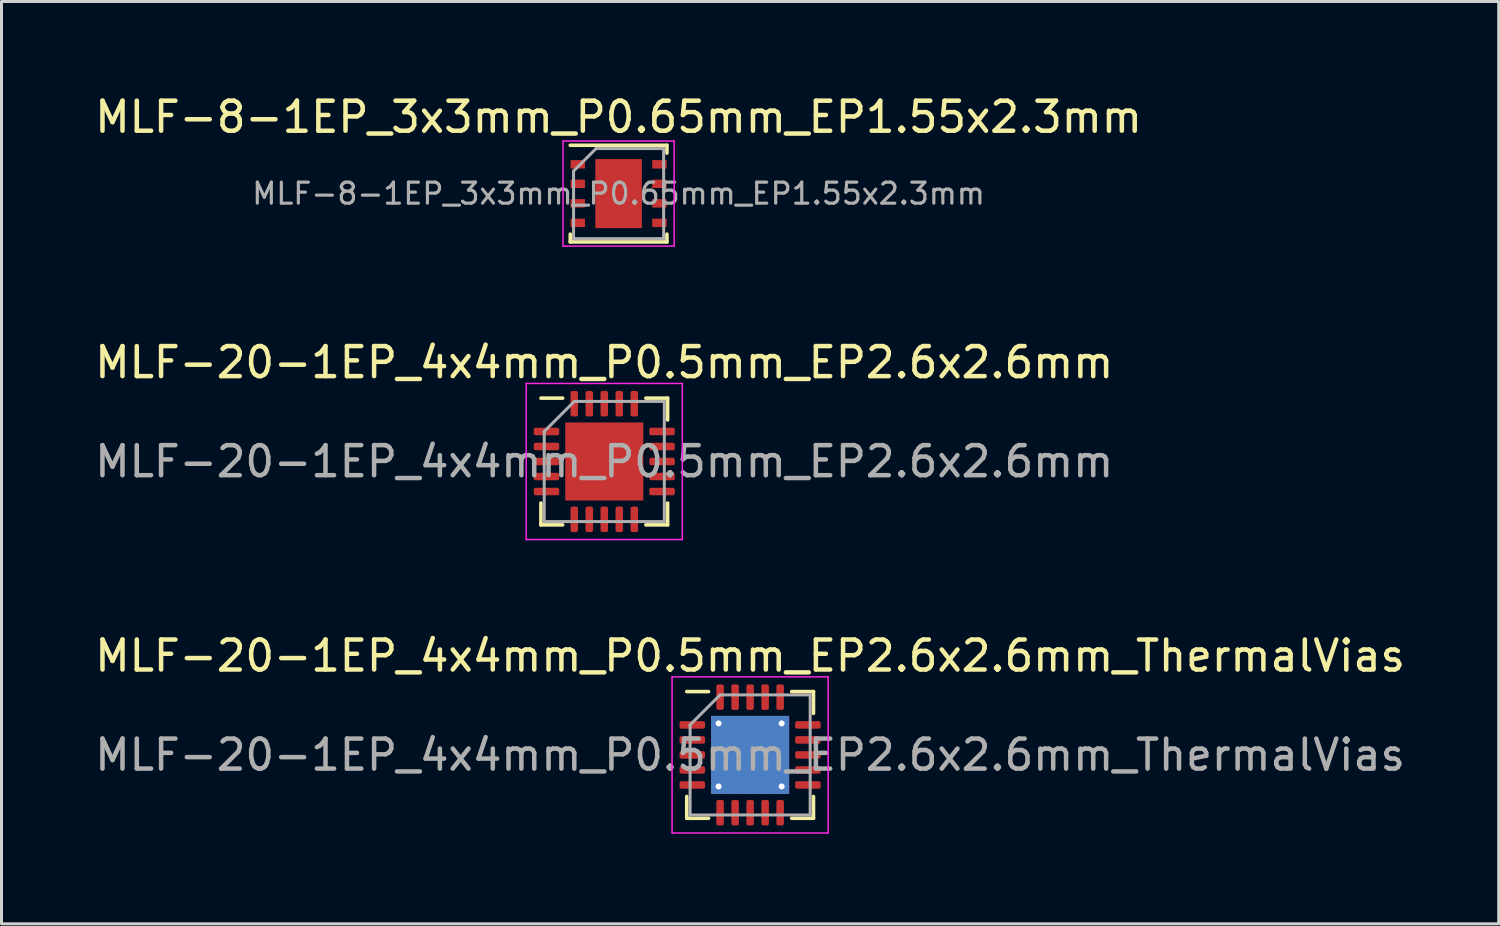
<source format=kicad_pcb>
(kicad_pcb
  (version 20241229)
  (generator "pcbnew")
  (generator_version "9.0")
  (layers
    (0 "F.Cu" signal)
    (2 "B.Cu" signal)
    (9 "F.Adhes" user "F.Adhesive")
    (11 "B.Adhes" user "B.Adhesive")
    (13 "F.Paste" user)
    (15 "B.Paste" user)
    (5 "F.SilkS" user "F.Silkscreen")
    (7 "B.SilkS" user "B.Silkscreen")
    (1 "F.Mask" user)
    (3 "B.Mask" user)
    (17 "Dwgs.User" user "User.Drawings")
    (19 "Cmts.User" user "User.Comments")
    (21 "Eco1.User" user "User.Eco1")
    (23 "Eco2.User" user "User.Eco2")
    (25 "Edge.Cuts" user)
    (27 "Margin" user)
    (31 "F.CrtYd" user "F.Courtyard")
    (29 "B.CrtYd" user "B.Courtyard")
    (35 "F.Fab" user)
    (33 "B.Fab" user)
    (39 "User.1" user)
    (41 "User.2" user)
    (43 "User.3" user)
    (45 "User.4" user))
  (footprint "MLF-20-1EP_4x4mm_P0.5mm_EP2.6x2.6mm"
    (layer "F.Cu")
    (at 17.077 12.322)
    (property "Reference" "MLF-20-1EP_4x4mm_P0.5mm_EP2.6x2.6mm" (at 0 -3.3 0) (layer "F.SilkS") (effects (font (size 1 1) (thickness 0.15))))
    (attr smd)
    (fp_line (start -2.11 2.11) (end -2.11 1.385) (stroke (width 0.12) (type solid)) (layer "F.SilkS"))
    (fp_line (start -1.385 -2.11) (end -2.11 -2.11) (stroke (width 0.12) (type solid)) (layer "F.SilkS"))
    (fp_line (start -1.385 2.11) (end -2.11 2.11) (stroke (width 0.12) (type solid)) (layer "F.SilkS"))
    (fp_line (start 1.385 -2.11) (end 2.11 -2.11) (stroke (width 0.12) (type solid)) (layer "F.SilkS"))
    (fp_line (start 1.385 2.11) (end 2.11 2.11) (stroke (width 0.12) (type solid)) (layer "F.SilkS"))
    (fp_line (start 2.11 -2.11) (end 2.11 -1.385) (stroke (width 0.12) (type solid)) (layer "F.SilkS"))
    (fp_line (start 2.11 2.11) (end 2.11 1.385) (stroke (width 0.12) (type solid)) (layer "F.SilkS"))
    (fp_line (start -2.6 -2.6) (end -2.6 2.6) (stroke (width 0.05) (type solid)) (layer "F.CrtYd"))
    (fp_line (start -2.6 2.6) (end 2.6 2.6) (stroke (width 0.05) (type solid)) (layer "F.CrtYd"))
    (fp_line (start 2.6 -2.6) (end -2.6 -2.6) (stroke (width 0.05) (type solid)) (layer "F.CrtYd"))
    (fp_line (start 2.6 2.6) (end 2.6 -2.6) (stroke (width 0.05) (type solid)) (layer "F.CrtYd"))
    (fp_line (start -2 -1) (end -1 -2) (stroke (width 0.1) (type solid)) (layer "F.Fab"))
    (fp_line (start -2 2) (end -2 -1) (stroke (width 0.1) (type solid)) (layer "F.Fab"))
    (fp_line (start -1 -2) (end 2 -2) (stroke (width 0.1) (type solid)) (layer "F.Fab"))
    (fp_line (start 2 -2) (end 2 2) (stroke (width 0.1) (type solid)) (layer "F.Fab"))
    (fp_line (start 2 2) (end -2 2) (stroke (width 0.1) (type solid)) (layer "F.Fab"))
    (fp_text user "${REFERENCE}" (at 0 0 0) (layer "F.Fab") (effects (font (size 1 1) (thickness 0.15))))
    (pad "" smd roundrect (at -0.65 -0.65) (size 1.05 1.05) (layers "F.Paste") (roundrect_rratio 0.238))
    (pad "" smd roundrect (at -0.65 0.65) (size 1.05 1.05) (layers "F.Paste") (roundrect_rratio 0.238))
    (pad "" smd roundrect (at 0.65 -0.65) (size 1.05 1.05) (layers "F.Paste") (roundrect_rratio 0.238))
    (pad "" smd roundrect (at 0.65 0.65) (size 1.05 1.05) (layers "F.Paste") (roundrect_rratio 0.238))
    (pad "1" smd roundrect (at -1.925 -1) (size 0.85 0.25) (layers "F.Cu" "F.Mask" "F.Paste") (roundrect_rratio 0.25))
    (pad "2" smd roundrect (at -1.925 -0.5) (size 0.85 0.25) (layers "F.Cu" "F.Mask" "F.Paste") (roundrect_rratio 0.25))
    (pad "3" smd roundrect (at -1.925 0) (size 0.85 0.25) (layers "F.Cu" "F.Mask" "F.Paste") (roundrect_rratio 0.25))
    (pad "4" smd roundrect (at -1.925 0.5) (size 0.85 0.25) (layers "F.Cu" "F.Mask" "F.Paste") (roundrect_rratio 0.25))
    (pad "5" smd roundrect (at -1.925 1) (size 0.85 0.25) (layers "F.Cu" "F.Mask" "F.Paste") (roundrect_rratio 0.25))
    (pad "6" smd roundrect (at -1 1.925) (size 0.25 0.85) (layers "F.Cu" "F.Mask" "F.Paste") (roundrect_rratio 0.25))
    (pad "7" smd roundrect (at -0.5 1.925) (size 0.25 0.85) (layers "F.Cu" "F.Mask" "F.Paste") (roundrect_rratio 0.25))
    (pad "8" smd roundrect (at 0 1.925) (size 0.25 0.85) (layers "F.Cu" "F.Mask" "F.Paste") (roundrect_rratio 0.25))
    (pad "9" smd roundrect (at 0.5 1.925) (size 0.25 0.85) (layers "F.Cu" "F.Mask" "F.Paste") (roundrect_rratio 0.25))
    (pad "10" smd roundrect (at 1 1.925) (size 0.25 0.85) (layers "F.Cu" "F.Mask" "F.Paste") (roundrect_rratio 0.25))
    (pad "11" smd roundrect (at 1.925 1) (size 0.85 0.25) (layers "F.Cu" "F.Mask" "F.Paste") (roundrect_rratio 0.25))
    (pad "12" smd roundrect (at 1.925 0.5) (size 0.85 0.25) (layers "F.Cu" "F.Mask" "F.Paste") (roundrect_rratio 0.25))
    (pad "13" smd roundrect (at 1.925 0) (size 0.85 0.25) (layers "F.Cu" "F.Mask" "F.Paste") (roundrect_rratio 0.25))
    (pad "14" smd roundrect (at 1.925 -0.5) (size 0.85 0.25) (layers "F.Cu" "F.Mask" "F.Paste") (roundrect_rratio 0.25))
    (pad "15" smd roundrect (at 1.925 -1) (size 0.85 0.25) (layers "F.Cu" "F.Mask" "F.Paste") (roundrect_rratio 0.25))
    (pad "16" smd roundrect (at 1 -1.925) (size 0.25 0.85) (layers "F.Cu" "F.Mask" "F.Paste") (roundrect_rratio 0.25))
    (pad "17" smd roundrect (at 0.5 -1.925) (size 0.25 0.85) (layers "F.Cu" "F.Mask" "F.Paste") (roundrect_rratio 0.25))
    (pad "18" smd roundrect (at 0 -1.925) (size 0.25 0.85) (layers "F.Cu" "F.Mask" "F.Paste") (roundrect_rratio 0.25))
    (pad "19" smd roundrect (at -0.5 -1.925) (size 0.25 0.85) (layers "F.Cu" "F.Mask" "F.Paste") (roundrect_rratio 0.25))
    (pad "20" smd roundrect (at -1 -1.925) (size 0.25 0.85) (layers "F.Cu" "F.Mask" "F.Paste") (roundrect_rratio 0.25))
    (pad "21" smd rect (at 0 0) (size 2.6 2.6) (layers "F.Cu" "F.Mask")))
  (footprint "MLF-20-1EP_4x4mm_P0.5mm_EP2.6x2.6mm_ThermalVias"
    (layer "F.Cu")
    (at 21.935 22.095)
    (property "Reference" "MLF-20-1EP_4x4mm_P0.5mm_EP2.6x2.6mm_ThermalVias" (at 0 -3.3 0) (layer "F.SilkS") (effects (font (size 1 1) (thickness 0.15))))
    (attr smd)
    (fp_line (start -2.11 2.11) (end -2.11 1.385) (stroke (width 0.12) (type solid)) (layer "F.SilkS"))
    (fp_line (start -1.385 -2.11) (end -2.11 -2.11) (stroke (width 0.12) (type solid)) (layer "F.SilkS"))
    (fp_line (start -1.385 2.11) (end -2.11 2.11) (stroke (width 0.12) (type solid)) (layer "F.SilkS"))
    (fp_line (start 1.385 -2.11) (end 2.11 -2.11) (stroke (width 0.12) (type solid)) (layer "F.SilkS"))
    (fp_line (start 1.385 2.11) (end 2.11 2.11) (stroke (width 0.12) (type solid)) (layer "F.SilkS"))
    (fp_line (start 2.11 -2.11) (end 2.11 -1.385) (stroke (width 0.12) (type solid)) (layer "F.SilkS"))
    (fp_line (start 2.11 2.11) (end 2.11 1.385) (stroke (width 0.12) (type solid)) (layer "F.SilkS"))
    (fp_line (start -2.6 -2.6) (end -2.6 2.6) (stroke (width 0.05) (type solid)) (layer "F.CrtYd"))
    (fp_line (start -2.6 2.6) (end 2.6 2.6) (stroke (width 0.05) (type solid)) (layer "F.CrtYd"))
    (fp_line (start 2.6 -2.6) (end -2.6 -2.6) (stroke (width 0.05) (type solid)) (layer "F.CrtYd"))
    (fp_line (start 2.6 2.6) (end 2.6 -2.6) (stroke (width 0.05) (type solid)) (layer "F.CrtYd"))
    (fp_line (start -2 -1) (end -1 -2) (stroke (width 0.1) (type solid)) (layer "F.Fab"))
    (fp_line (start -2 2) (end -2 -1) (stroke (width 0.1) (type solid)) (layer "F.Fab"))
    (fp_line (start -1 -2) (end 2 -2) (stroke (width 0.1) (type solid)) (layer "F.Fab"))
    (fp_line (start 2 -2) (end 2 2) (stroke (width 0.1) (type solid)) (layer "F.Fab"))
    (fp_line (start 2 2) (end -2 2) (stroke (width 0.1) (type solid)) (layer "F.Fab"))
    (fp_text user "${REFERENCE}" (at 0 0 0) (layer "F.Fab") (effects (font (size 1 1) (thickness 0.15))))
    (pad "" smd roundrect (at -0.65 -0.65) (size 1.13 1.13) (layers "F.Paste") (roundrect_rratio 0.221))
    (pad "" smd roundrect (at -0.65 0.65) (size 1.13 1.13) (layers "F.Paste") (roundrect_rratio 0.221))
    (pad "" smd roundrect (at 0.65 -0.65) (size 1.13 1.13) (layers "F.Paste") (roundrect_rratio 0.221))
    (pad "" smd roundrect (at 0.65 0.65) (size 1.13 1.13) (layers "F.Paste") (roundrect_rratio 0.221))
    (pad "1" smd roundrect (at -1.925 -1) (size 0.85 0.25) (layers "F.Cu" "F.Mask" "F.Paste") (roundrect_rratio 0.25))
    (pad "2" smd roundrect (at -1.925 -0.5) (size 0.85 0.25) (layers "F.Cu" "F.Mask" "F.Paste") (roundrect_rratio 0.25))
    (pad "3" smd roundrect (at -1.925 0) (size 0.85 0.25) (layers "F.Cu" "F.Mask" "F.Paste") (roundrect_rratio 0.25))
    (pad "4" smd roundrect (at -1.925 0.5) (size 0.85 0.25) (layers "F.Cu" "F.Mask" "F.Paste") (roundrect_rratio 0.25))
    (pad "5" smd roundrect (at -1.925 1) (size 0.85 0.25) (layers "F.Cu" "F.Mask" "F.Paste") (roundrect_rratio 0.25))
    (pad "6" smd roundrect (at -1 1.925) (size 0.25 0.85) (layers "F.Cu" "F.Mask" "F.Paste") (roundrect_rratio 0.25))
    (pad "7" smd roundrect (at -0.5 1.925) (size 0.25 0.85) (layers "F.Cu" "F.Mask" "F.Paste") (roundrect_rratio 0.25))
    (pad "8" smd roundrect (at 0 1.925) (size 0.25 0.85) (layers "F.Cu" "F.Mask" "F.Paste") (roundrect_rratio 0.25))
    (pad "9" smd roundrect (at 0.5 1.925) (size 0.25 0.85) (layers "F.Cu" "F.Mask" "F.Paste") (roundrect_rratio 0.25))
    (pad "10" smd roundrect (at 1 1.925) (size 0.25 0.85) (layers "F.Cu" "F.Mask" "F.Paste") (roundrect_rratio 0.25))
    (pad "11" smd roundrect (at 1.925 1) (size 0.85 0.25) (layers "F.Cu" "F.Mask" "F.Paste") (roundrect_rratio 0.25))
    (pad "12" smd roundrect (at 1.925 0.5) (size 0.85 0.25) (layers "F.Cu" "F.Mask" "F.Paste") (roundrect_rratio 0.25))
    (pad "13" smd roundrect (at 1.925 0) (size 0.85 0.25) (layers "F.Cu" "F.Mask" "F.Paste") (roundrect_rratio 0.25))
    (pad "14" smd roundrect (at 1.925 -0.5) (size 0.85 0.25) (layers "F.Cu" "F.Mask" "F.Paste") (roundrect_rratio 0.25))
    (pad "15" smd roundrect (at 1.925 -1) (size 0.85 0.25) (layers "F.Cu" "F.Mask" "F.Paste") (roundrect_rratio 0.25))
    (pad "16" smd roundrect (at 1 -1.925) (size 0.25 0.85) (layers "F.Cu" "F.Mask" "F.Paste") (roundrect_rratio 0.25))
    (pad "17" smd roundrect (at 0.5 -1.925) (size 0.25 0.85) (layers "F.Cu" "F.Mask" "F.Paste") (roundrect_rratio 0.25))
    (pad "18" smd roundrect (at 0 -1.925) (size 0.25 0.85) (layers "F.Cu" "F.Mask" "F.Paste") (roundrect_rratio 0.25))
    (pad "19" smd roundrect (at -0.5 -1.925) (size 0.25 0.85) (layers "F.Cu" "F.Mask" "F.Paste") (roundrect_rratio 0.25))
    (pad "20" smd roundrect (at -1 -1.925) (size 0.25 0.85) (layers "F.Cu" "F.Mask" "F.Paste") (roundrect_rratio 0.25))
    (pad "21" thru_hole circle (at -1.05 -1.05) (size 0.5 0.5) (drill 0.2) (layers "*.Cu"))
    (pad "21" thru_hole circle (at -1.05 1.05) (size 0.5 0.5) (drill 0.2) (layers "*.Cu"))
    (pad "21" smd rect (at 0 0) (size 2.6 2.6) (layers "F.Cu" "F.Mask"))
    (pad "21" smd rect (at 0 0) (size 2.6 2.6) (layers "B.Cu"))
    (pad "21" thru_hole circle (at 1.05 -1.05) (size 0.5 0.5) (drill 0.2) (layers "*.Cu"))
    (pad "21" thru_hole circle (at 1.05 1.05) (size 0.5 0.5) (drill 0.2) (layers "*.Cu")))
  (footprint "MLF-8-1EP_3x3mm_P0.65mm_EP1.55x2.3mm"
    (layer "F.Cu")
    (at 17.554 3.398)
    (property "Reference" "MLF-8-1EP_3x3mm_P0.65mm_EP1.55x2.3mm" (at 0 -2.55 0) (layer "F.SilkS") (effects (font (size 1 1) (thickness 0.15))))
    (attr smd)
    (fp_line (start -1.61 -1.61) (end 1.61 -1.61) (stroke (width 0.12) (type solid)) (layer "F.SilkS"))
    (fp_line (start -1.61 1.61) (end -1.61 1.35) (stroke (width 0.12) (type solid)) (layer "F.SilkS"))
    (fp_line (start -1.61 1.61) (end 1.61 1.61) (stroke (width 0.12) (type solid)) (layer "F.SilkS"))
    (fp_line (start 1.61 -1.61) (end 1.61 -1.35) (stroke (width 0.12) (type solid)) (layer "F.SilkS"))
    (fp_line (start 1.61 1.61) (end 1.61 1.35) (stroke (width 0.12) (type solid)) (layer "F.SilkS"))
    (fp_line (start -1.85 -1.75) (end -1.85 1.75) (stroke (width 0.05) (type solid)) (layer "F.CrtYd"))
    (fp_line (start -1.85 -1.75) (end 1.85 -1.75) (stroke (width 0.05) (type solid)) (layer "F.CrtYd"))
    (fp_line (start -1.85 1.75) (end 1.85 1.75) (stroke (width 0.05) (type solid)) (layer "F.CrtYd"))
    (fp_line (start 1.85 -1.75) (end 1.85 1.75) (stroke (width 0.05) (type solid)) (layer "F.CrtYd"))
    (fp_line (start -1.5 -0.75) (end -0.75 -1.5) (stroke (width 0.1) (type solid)) (layer "F.Fab"))
    (fp_line (start -1.5 1.5) (end -1.5 -0.75) (stroke (width 0.1) (type solid)) (layer "F.Fab"))
    (fp_line (start -0.75 -1.5) (end 1.5 -1.5) (stroke (width 0.1) (type solid)) (layer "F.Fab"))
    (fp_line (start 1.5 -1.5) (end 1.5 1.5) (stroke (width 0.1) (type solid)) (layer "F.Fab"))
    (fp_line (start 1.5 1.5) (end -1.5 1.5) (stroke (width 0.1) (type solid)) (layer "F.Fab"))
    (fp_text user "${REFERENCE}" (at 0 0 0) (layer "F.Fab") (effects (font (size 0.7 0.7) (thickness 0.105))))
    (pad "" smd rect (at 0 -0.9) (size 1.5 0.4) (layers "F.Paste"))
    (pad "" smd rect (at 0 0) (size 1.5 0.65) (layers "F.Paste"))
    (pad "" smd rect (at 0 0.9) (size 1.5 0.4) (layers "F.Paste"))
    (pad "1" smd rect (at -1.36 -0.975) (size 0.48 0.28) (layers "F.Cu" "F.Mask" "F.Paste"))
    (pad "2" smd rect (at -1.36 -0.325) (size 0.48 0.28) (layers "F.Cu" "F.Mask" "F.Paste"))
    (pad "3" smd rect (at -1.36 0.325) (size 0.48 0.28) (layers "F.Cu" "F.Mask" "F.Paste"))
    (pad "4" smd rect (at -1.36 0.975) (size 0.48 0.28) (layers "F.Cu" "F.Mask" "F.Paste"))
    (pad "5" smd rect (at 1.36 0.975) (size 0.48 0.28) (layers "F.Cu" "F.Mask" "F.Paste"))
    (pad "6" smd rect (at 1.36 0.325) (size 0.48 0.28) (layers "F.Cu" "F.Mask" "F.Paste"))
    (pad "7" smd rect (at 1.36 -0.325) (size 0.48 0.28) (layers "F.Cu" "F.Mask" "F.Paste"))
    (pad "8" smd rect (at 1.36 -0.975) (size 0.48 0.28) (layers "F.Cu" "F.Mask" "F.Paste"))
    (pad "9" smd rect (at 0 0) (size 1.55 2.3) (layers "F.Cu" "F.Mask")))
  (gr_rect
    (start -3 -3)
    (end 46.869 27.72)
    (stroke (width 0.1) (type default))
    (fill no)
    (layer "Edge.Cuts")))
</source>
